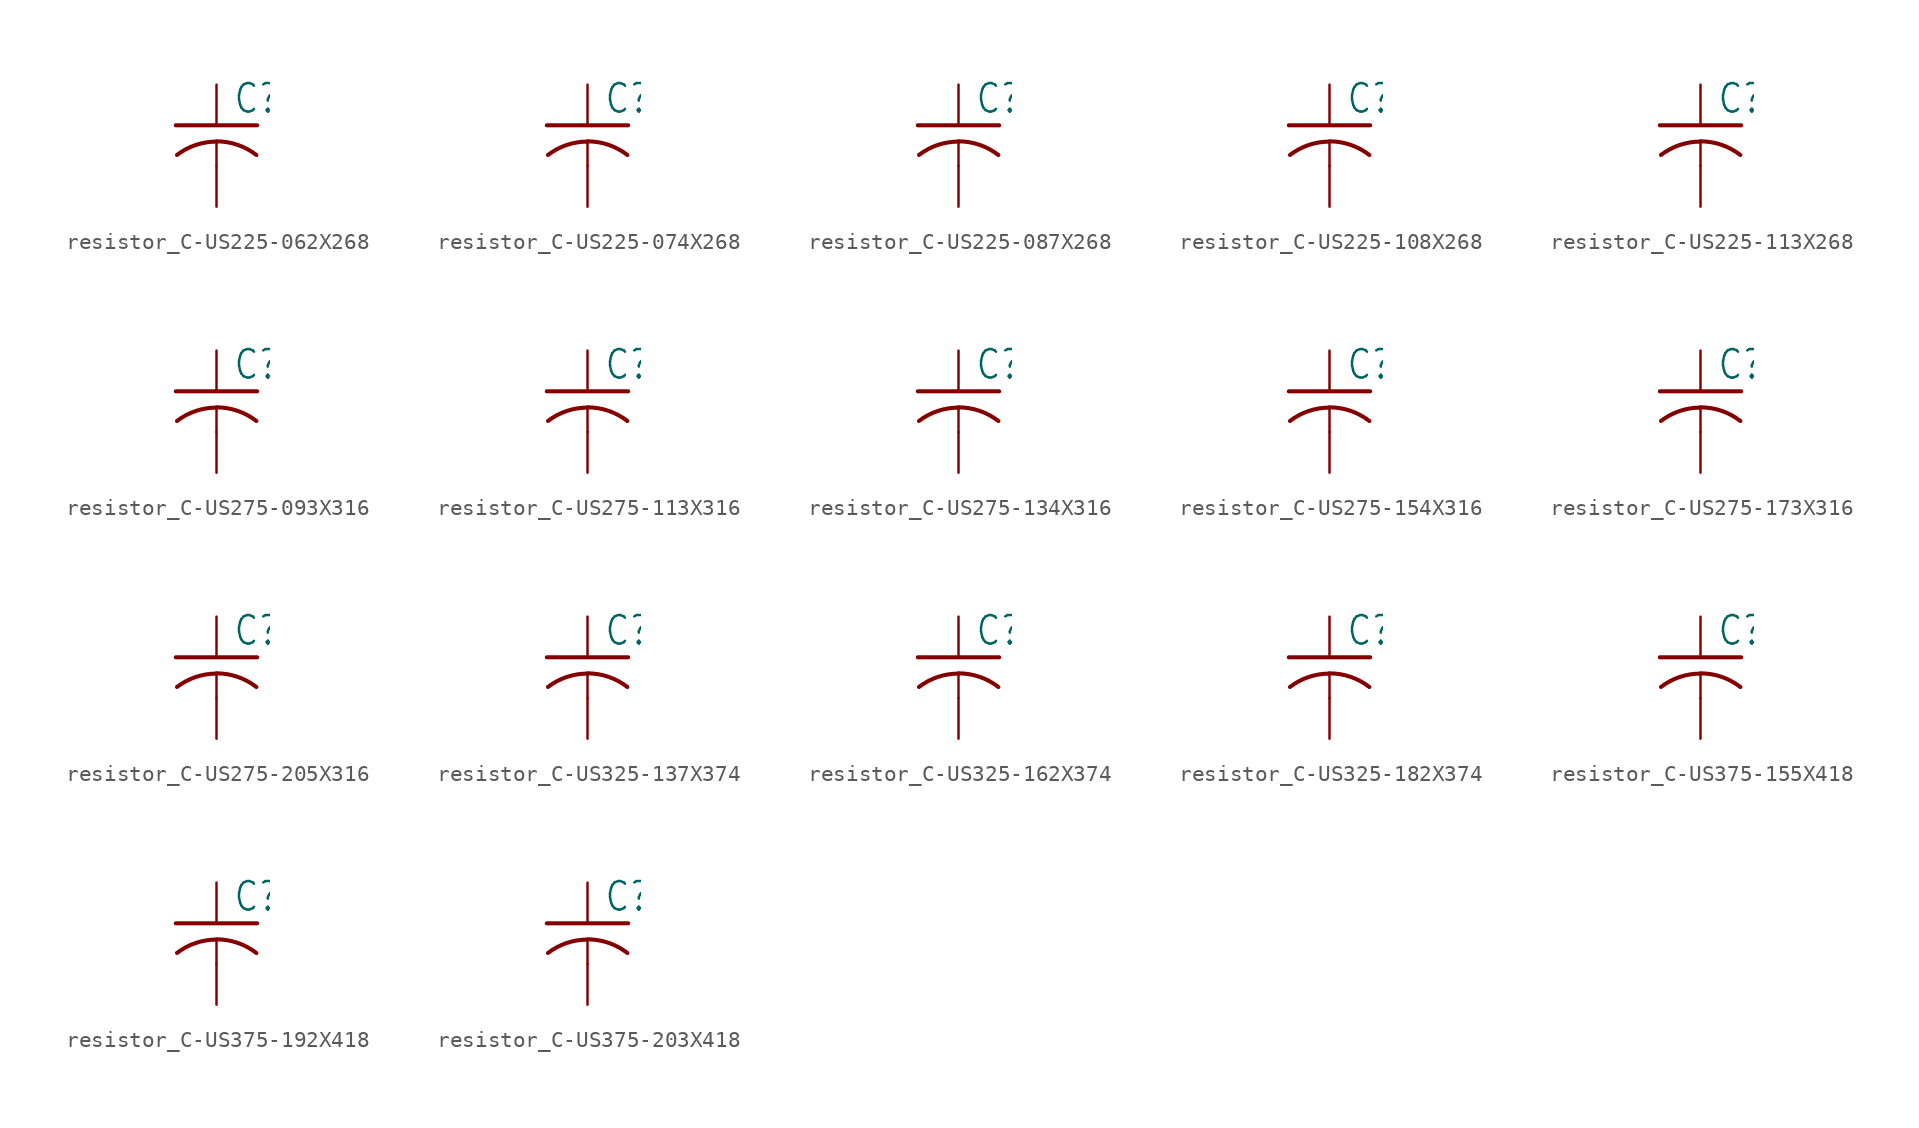
<source format=kicad_sym>
(kicad_symbol_lib
  (version 20231120)
  (generator "kicad_symbol_editor")
  (generator_version "8.0")
  (symbol "resistor_C-US225-062X268"
    (property "Reference" "C"
      (at 1.016 0.635 0)
      (effects (font (size 1.778 1.511)) (justify left bottom)))
    (property "Value" ""
      (at 1.016 -4.191 0)
      (effects (font (size 1.778 1.511)) (justify left bottom)))
    (property "ki_locked" ""
      (at 0 0 0)
      (effects (font (size 1.27 1.27))))
    (symbol "resistor_C-US225-062X268_1_0"
      (arc (start 0 -1.0161) (mid -1.302 -1.2303) (end -2.4668 -1.8504) (stroke (width 0.254) (type solid)) (fill (type none)))
      (polyline (pts (xy -2.54 0) (xy 2.54 0)) (stroke (width 0.254) (type solid)) (fill (type none)))
      (polyline (pts (xy 0 -1.016) (xy 0 -2.54)) (stroke (width 0.152) (type solid)) (fill (type none)))
      (arc (start 2.4892 -1.8541) (mid 1.3158 -1.2194) (end 0 -1) (stroke (width 0.254) (type solid)) (fill (type none)))
      (pin passive line (at 0 2.54 270) (length 2.54) (name "1" (effects (font (size 0 0)))) (number "1" (effects (font (size 0 0)))))
      (pin passive line (at 0 -5.08 90) (length 2.54) (name "2" (effects (font (size 0 0)))) (number "2" (effects (font (size 0 0)))))))
  (symbol "resistor_C-US225-074X268"
    (property "Reference" "C"
      (at 1.016 0.635 0)
      (effects (font (size 1.778 1.511)) (justify left bottom)))
    (property "Value" ""
      (at 1.016 -4.191 0)
      (effects (font (size 1.778 1.511)) (justify left bottom)))
    (property "ki_locked" ""
      (at 0 0 0)
      (effects (font (size 1.27 1.27))))
    (symbol "resistor_C-US225-074X268_1_0"
      (arc (start 0 -1.0161) (mid -1.302 -1.2303) (end -2.4668 -1.8504) (stroke (width 0.254) (type solid)) (fill (type none)))
      (polyline (pts (xy -2.54 0) (xy 2.54 0)) (stroke (width 0.254) (type solid)) (fill (type none)))
      (polyline (pts (xy 0 -1.016) (xy 0 -2.54)) (stroke (width 0.152) (type solid)) (fill (type none)))
      (arc (start 2.4892 -1.8541) (mid 1.3158 -1.2194) (end 0 -1) (stroke (width 0.254) (type solid)) (fill (type none)))
      (pin passive line (at 0 2.54 270) (length 2.54) (name "1" (effects (font (size 0 0)))) (number "1" (effects (font (size 0 0)))))
      (pin passive line (at 0 -5.08 90) (length 2.54) (name "2" (effects (font (size 0 0)))) (number "2" (effects (font (size 0 0)))))))
  (symbol "resistor_C-US225-087X268"
    (property "Reference" "C"
      (at 1.016 0.635 0)
      (effects (font (size 1.778 1.511)) (justify left bottom)))
    (property "Value" ""
      (at 1.016 -4.191 0)
      (effects (font (size 1.778 1.511)) (justify left bottom)))
    (property "ki_locked" ""
      (at 0 0 0)
      (effects (font (size 1.27 1.27))))
    (symbol "resistor_C-US225-087X268_1_0"
      (arc (start 0 -1.0161) (mid -1.302 -1.2303) (end -2.4668 -1.8504) (stroke (width 0.254) (type solid)) (fill (type none)))
      (polyline (pts (xy -2.54 0) (xy 2.54 0)) (stroke (width 0.254) (type solid)) (fill (type none)))
      (polyline (pts (xy 0 -1.016) (xy 0 -2.54)) (stroke (width 0.152) (type solid)) (fill (type none)))
      (arc (start 2.4892 -1.8541) (mid 1.3158 -1.2194) (end 0 -1) (stroke (width 0.254) (type solid)) (fill (type none)))
      (pin passive line (at 0 2.54 270) (length 2.54) (name "1" (effects (font (size 0 0)))) (number "1" (effects (font (size 0 0)))))
      (pin passive line (at 0 -5.08 90) (length 2.54) (name "2" (effects (font (size 0 0)))) (number "2" (effects (font (size 0 0)))))))
  (symbol "resistor_C-US225-108X268"
    (property "Reference" "C"
      (at 1.016 0.635 0)
      (effects (font (size 1.778 1.511)) (justify left bottom)))
    (property "Value" ""
      (at 1.016 -4.191 0)
      (effects (font (size 1.778 1.511)) (justify left bottom)))
    (property "ki_locked" ""
      (at 0 0 0)
      (effects (font (size 1.27 1.27))))
    (symbol "resistor_C-US225-108X268_1_0"
      (arc (start 0 -1.0161) (mid -1.302 -1.2303) (end -2.4668 -1.8504) (stroke (width 0.254) (type solid)) (fill (type none)))
      (polyline (pts (xy -2.54 0) (xy 2.54 0)) (stroke (width 0.254) (type solid)) (fill (type none)))
      (polyline (pts (xy 0 -1.016) (xy 0 -2.54)) (stroke (width 0.152) (type solid)) (fill (type none)))
      (arc (start 2.4892 -1.8541) (mid 1.3158 -1.2194) (end 0 -1) (stroke (width 0.254) (type solid)) (fill (type none)))
      (pin passive line (at 0 2.54 270) (length 2.54) (name "1" (effects (font (size 0 0)))) (number "1" (effects (font (size 0 0)))))
      (pin passive line (at 0 -5.08 90) (length 2.54) (name "2" (effects (font (size 0 0)))) (number "2" (effects (font (size 0 0)))))))
  (symbol "resistor_C-US225-113X268"
    (property "Reference" "C"
      (at 1.016 0.635 0)
      (effects (font (size 1.778 1.511)) (justify left bottom)))
    (property "Value" ""
      (at 1.016 -4.191 0)
      (effects (font (size 1.778 1.511)) (justify left bottom)))
    (property "ki_locked" ""
      (at 0 0 0)
      (effects (font (size 1.27 1.27))))
    (symbol "resistor_C-US225-113X268_1_0"
      (arc (start 0 -1.0161) (mid -1.302 -1.2303) (end -2.4668 -1.8504) (stroke (width 0.254) (type solid)) (fill (type none)))
      (polyline (pts (xy -2.54 0) (xy 2.54 0)) (stroke (width 0.254) (type solid)) (fill (type none)))
      (polyline (pts (xy 0 -1.016) (xy 0 -2.54)) (stroke (width 0.152) (type solid)) (fill (type none)))
      (arc (start 2.4892 -1.8541) (mid 1.3158 -1.2194) (end 0 -1) (stroke (width 0.254) (type solid)) (fill (type none)))
      (pin passive line (at 0 2.54 270) (length 2.54) (name "1" (effects (font (size 0 0)))) (number "1" (effects (font (size 0 0)))))
      (pin passive line (at 0 -5.08 90) (length 2.54) (name "2" (effects (font (size 0 0)))) (number "2" (effects (font (size 0 0)))))))
  (symbol "resistor_C-US275-093X316"
    (property "Reference" "C"
      (at 1.016 0.635 0)
      (effects (font (size 1.778 1.511)) (justify left bottom)))
    (property "Value" ""
      (at 1.016 -4.191 0)
      (effects (font (size 1.778 1.511)) (justify left bottom)))
    (property "ki_locked" ""
      (at 0 0 0)
      (effects (font (size 1.27 1.27))))
    (symbol "resistor_C-US275-093X316_1_0"
      (arc (start 0 -1.0161) (mid -1.302 -1.2303) (end -2.4668 -1.8504) (stroke (width 0.254) (type solid)) (fill (type none)))
      (polyline (pts (xy -2.54 0) (xy 2.54 0)) (stroke (width 0.254) (type solid)) (fill (type none)))
      (polyline (pts (xy 0 -1.016) (xy 0 -2.54)) (stroke (width 0.152) (type solid)) (fill (type none)))
      (arc (start 2.4892 -1.8541) (mid 1.3158 -1.2194) (end 0 -1) (stroke (width 0.254) (type solid)) (fill (type none)))
      (pin passive line (at 0 2.54 270) (length 2.54) (name "1" (effects (font (size 0 0)))) (number "1" (effects (font (size 0 0)))))
      (pin passive line (at 0 -5.08 90) (length 2.54) (name "2" (effects (font (size 0 0)))) (number "2" (effects (font (size 0 0)))))))
  (symbol "resistor_C-US275-113X316"
    (property "Reference" "C"
      (at 1.016 0.635 0)
      (effects (font (size 1.778 1.511)) (justify left bottom)))
    (property "Value" ""
      (at 1.016 -4.191 0)
      (effects (font (size 1.778 1.511)) (justify left bottom)))
    (property "ki_locked" ""
      (at 0 0 0)
      (effects (font (size 1.27 1.27))))
    (symbol "resistor_C-US275-113X316_1_0"
      (arc (start 0 -1.0161) (mid -1.302 -1.2303) (end -2.4668 -1.8504) (stroke (width 0.254) (type solid)) (fill (type none)))
      (polyline (pts (xy -2.54 0) (xy 2.54 0)) (stroke (width 0.254) (type solid)) (fill (type none)))
      (polyline (pts (xy 0 -1.016) (xy 0 -2.54)) (stroke (width 0.152) (type solid)) (fill (type none)))
      (arc (start 2.4892 -1.8541) (mid 1.3158 -1.2194) (end 0 -1) (stroke (width 0.254) (type solid)) (fill (type none)))
      (pin passive line (at 0 2.54 270) (length 2.54) (name "1" (effects (font (size 0 0)))) (number "1" (effects (font (size 0 0)))))
      (pin passive line (at 0 -5.08 90) (length 2.54) (name "2" (effects (font (size 0 0)))) (number "2" (effects (font (size 0 0)))))))
  (symbol "resistor_C-US275-134X316"
    (property "Reference" "C"
      (at 1.016 0.635 0)
      (effects (font (size 1.778 1.511)) (justify left bottom)))
    (property "Value" ""
      (at 1.016 -4.191 0)
      (effects (font (size 1.778 1.511)) (justify left bottom)))
    (property "ki_locked" ""
      (at 0 0 0)
      (effects (font (size 1.27 1.27))))
    (symbol "resistor_C-US275-134X316_1_0"
      (arc (start 0 -1.0161) (mid -1.302 -1.2303) (end -2.4668 -1.8504) (stroke (width 0.254) (type solid)) (fill (type none)))
      (polyline (pts (xy -2.54 0) (xy 2.54 0)) (stroke (width 0.254) (type solid)) (fill (type none)))
      (polyline (pts (xy 0 -1.016) (xy 0 -2.54)) (stroke (width 0.152) (type solid)) (fill (type none)))
      (arc (start 2.4892 -1.8541) (mid 1.3158 -1.2194) (end 0 -1) (stroke (width 0.254) (type solid)) (fill (type none)))
      (pin passive line (at 0 2.54 270) (length 2.54) (name "1" (effects (font (size 0 0)))) (number "1" (effects (font (size 0 0)))))
      (pin passive line (at 0 -5.08 90) (length 2.54) (name "2" (effects (font (size 0 0)))) (number "2" (effects (font (size 0 0)))))))
  (symbol "resistor_C-US275-154X316"
    (property "Reference" "C"
      (at 1.016 0.635 0)
      (effects (font (size 1.778 1.511)) (justify left bottom)))
    (property "Value" ""
      (at 1.016 -4.191 0)
      (effects (font (size 1.778 1.511)) (justify left bottom)))
    (property "ki_locked" ""
      (at 0 0 0)
      (effects (font (size 1.27 1.27))))
    (symbol "resistor_C-US275-154X316_1_0"
      (arc (start 0 -1.0161) (mid -1.302 -1.2303) (end -2.4668 -1.8504) (stroke (width 0.254) (type solid)) (fill (type none)))
      (polyline (pts (xy -2.54 0) (xy 2.54 0)) (stroke (width 0.254) (type solid)) (fill (type none)))
      (polyline (pts (xy 0 -1.016) (xy 0 -2.54)) (stroke (width 0.152) (type solid)) (fill (type none)))
      (arc (start 2.4892 -1.8541) (mid 1.3158 -1.2194) (end 0 -1) (stroke (width 0.254) (type solid)) (fill (type none)))
      (pin passive line (at 0 2.54 270) (length 2.54) (name "1" (effects (font (size 0 0)))) (number "1" (effects (font (size 0 0)))))
      (pin passive line (at 0 -5.08 90) (length 2.54) (name "2" (effects (font (size 0 0)))) (number "2" (effects (font (size 0 0)))))))
  (symbol "resistor_C-US275-173X316"
    (property "Reference" "C"
      (at 1.016 0.635 0)
      (effects (font (size 1.778 1.511)) (justify left bottom)))
    (property "Value" ""
      (at 1.016 -4.191 0)
      (effects (font (size 1.778 1.511)) (justify left bottom)))
    (property "ki_locked" ""
      (at 0 0 0)
      (effects (font (size 1.27 1.27))))
    (symbol "resistor_C-US275-173X316_1_0"
      (arc (start 0 -1.0161) (mid -1.302 -1.2303) (end -2.4668 -1.8504) (stroke (width 0.254) (type solid)) (fill (type none)))
      (polyline (pts (xy -2.54 0) (xy 2.54 0)) (stroke (width 0.254) (type solid)) (fill (type none)))
      (polyline (pts (xy 0 -1.016) (xy 0 -2.54)) (stroke (width 0.152) (type solid)) (fill (type none)))
      (arc (start 2.4892 -1.8541) (mid 1.3158 -1.2194) (end 0 -1) (stroke (width 0.254) (type solid)) (fill (type none)))
      (pin passive line (at 0 2.54 270) (length 2.54) (name "1" (effects (font (size 0 0)))) (number "1" (effects (font (size 0 0)))))
      (pin passive line (at 0 -5.08 90) (length 2.54) (name "2" (effects (font (size 0 0)))) (number "2" (effects (font (size 0 0)))))))
  (symbol "resistor_C-US275-205X316"
    (property "Reference" "C"
      (at 1.016 0.635 0)
      (effects (font (size 1.778 1.511)) (justify left bottom)))
    (property "Value" ""
      (at 1.016 -4.191 0)
      (effects (font (size 1.778 1.511)) (justify left bottom)))
    (property "ki_locked" ""
      (at 0 0 0)
      (effects (font (size 1.27 1.27))))
    (symbol "resistor_C-US275-205X316_1_0"
      (arc (start 0 -1.0161) (mid -1.302 -1.2303) (end -2.4668 -1.8504) (stroke (width 0.254) (type solid)) (fill (type none)))
      (polyline (pts (xy -2.54 0) (xy 2.54 0)) (stroke (width 0.254) (type solid)) (fill (type none)))
      (polyline (pts (xy 0 -1.016) (xy 0 -2.54)) (stroke (width 0.152) (type solid)) (fill (type none)))
      (arc (start 2.4892 -1.8541) (mid 1.3158 -1.2194) (end 0 -1) (stroke (width 0.254) (type solid)) (fill (type none)))
      (pin passive line (at 0 2.54 270) (length 2.54) (name "1" (effects (font (size 0 0)))) (number "1" (effects (font (size 0 0)))))
      (pin passive line (at 0 -5.08 90) (length 2.54) (name "2" (effects (font (size 0 0)))) (number "2" (effects (font (size 0 0)))))))
  (symbol "resistor_C-US325-137X374"
    (property "Reference" "C"
      (at 1.016 0.635 0)
      (effects (font (size 1.778 1.511)) (justify left bottom)))
    (property "Value" ""
      (at 1.016 -4.191 0)
      (effects (font (size 1.778 1.511)) (justify left bottom)))
    (property "ki_locked" ""
      (at 0 0 0)
      (effects (font (size 1.27 1.27))))
    (symbol "resistor_C-US325-137X374_1_0"
      (arc (start 0 -1.0161) (mid -1.302 -1.2303) (end -2.4668 -1.8504) (stroke (width 0.254) (type solid)) (fill (type none)))
      (polyline (pts (xy -2.54 0) (xy 2.54 0)) (stroke (width 0.254) (type solid)) (fill (type none)))
      (polyline (pts (xy 0 -1.016) (xy 0 -2.54)) (stroke (width 0.152) (type solid)) (fill (type none)))
      (arc (start 2.4892 -1.8541) (mid 1.3158 -1.2194) (end 0 -1) (stroke (width 0.254) (type solid)) (fill (type none)))
      (pin passive line (at 0 2.54 270) (length 2.54) (name "1" (effects (font (size 0 0)))) (number "1" (effects (font (size 0 0)))))
      (pin passive line (at 0 -5.08 90) (length 2.54) (name "2" (effects (font (size 0 0)))) (number "2" (effects (font (size 0 0)))))))
  (symbol "resistor_C-US325-162X374"
    (property "Reference" "C"
      (at 1.016 0.635 0)
      (effects (font (size 1.778 1.511)) (justify left bottom)))
    (property "Value" ""
      (at 1.016 -4.191 0)
      (effects (font (size 1.778 1.511)) (justify left bottom)))
    (property "ki_locked" ""
      (at 0 0 0)
      (effects (font (size 1.27 1.27))))
    (symbol "resistor_C-US325-162X374_1_0"
      (arc (start 0 -1.0161) (mid -1.302 -1.2303) (end -2.4668 -1.8504) (stroke (width 0.254) (type solid)) (fill (type none)))
      (polyline (pts (xy -2.54 0) (xy 2.54 0)) (stroke (width 0.254) (type solid)) (fill (type none)))
      (polyline (pts (xy 0 -1.016) (xy 0 -2.54)) (stroke (width 0.152) (type solid)) (fill (type none)))
      (arc (start 2.4892 -1.8541) (mid 1.3158 -1.2194) (end 0 -1) (stroke (width 0.254) (type solid)) (fill (type none)))
      (pin passive line (at 0 2.54 270) (length 2.54) (name "1" (effects (font (size 0 0)))) (number "1" (effects (font (size 0 0)))))
      (pin passive line (at 0 -5.08 90) (length 2.54) (name "2" (effects (font (size 0 0)))) (number "2" (effects (font (size 0 0)))))))
  (symbol "resistor_C-US325-182X374"
    (property "Reference" "C"
      (at 1.016 0.635 0)
      (effects (font (size 1.778 1.511)) (justify left bottom)))
    (property "Value" ""
      (at 1.016 -4.191 0)
      (effects (font (size 1.778 1.511)) (justify left bottom)))
    (property "ki_locked" ""
      (at 0 0 0)
      (effects (font (size 1.27 1.27))))
    (symbol "resistor_C-US325-182X374_1_0"
      (arc (start 0 -1.0161) (mid -1.302 -1.2303) (end -2.4668 -1.8504) (stroke (width 0.254) (type solid)) (fill (type none)))
      (polyline (pts (xy -2.54 0) (xy 2.54 0)) (stroke (width 0.254) (type solid)) (fill (type none)))
      (polyline (pts (xy 0 -1.016) (xy 0 -2.54)) (stroke (width 0.152) (type solid)) (fill (type none)))
      (arc (start 2.4892 -1.8541) (mid 1.3158 -1.2194) (end 0 -1) (stroke (width 0.254) (type solid)) (fill (type none)))
      (pin passive line (at 0 2.54 270) (length 2.54) (name "1" (effects (font (size 0 0)))) (number "1" (effects (font (size 0 0)))))
      (pin passive line (at 0 -5.08 90) (length 2.54) (name "2" (effects (font (size 0 0)))) (number "2" (effects (font (size 0 0)))))))
  (symbol "resistor_C-US375-155X418"
    (property "Reference" "C"
      (at 1.016 0.635 0)
      (effects (font (size 1.778 1.511)) (justify left bottom)))
    (property "Value" ""
      (at 1.016 -4.191 0)
      (effects (font (size 1.778 1.511)) (justify left bottom)))
    (property "ki_locked" ""
      (at 0 0 0)
      (effects (font (size 1.27 1.27))))
    (symbol "resistor_C-US375-155X418_1_0"
      (arc (start 0 -1.0161) (mid -1.302 -1.2303) (end -2.4668 -1.8504) (stroke (width 0.254) (type solid)) (fill (type none)))
      (polyline (pts (xy -2.54 0) (xy 2.54 0)) (stroke (width 0.254) (type solid)) (fill (type none)))
      (polyline (pts (xy 0 -1.016) (xy 0 -2.54)) (stroke (width 0.152) (type solid)) (fill (type none)))
      (arc (start 2.4892 -1.8541) (mid 1.3158 -1.2194) (end 0 -1) (stroke (width 0.254) (type solid)) (fill (type none)))
      (pin passive line (at 0 2.54 270) (length 2.54) (name "1" (effects (font (size 0 0)))) (number "1" (effects (font (size 0 0)))))
      (pin passive line (at 0 -5.08 90) (length 2.54) (name "2" (effects (font (size 0 0)))) (number "2" (effects (font (size 0 0)))))))
  (symbol "resistor_C-US375-192X418"
    (property "Reference" "C"
      (at 1.016 0.635 0)
      (effects (font (size 1.778 1.511)) (justify left bottom)))
    (property "Value" ""
      (at 1.016 -4.191 0)
      (effects (font (size 1.778 1.511)) (justify left bottom)))
    (property "ki_locked" ""
      (at 0 0 0)
      (effects (font (size 1.27 1.27))))
    (symbol "resistor_C-US375-192X418_1_0"
      (arc (start 0 -1.0161) (mid -1.302 -1.2303) (end -2.4668 -1.8504) (stroke (width 0.254) (type solid)) (fill (type none)))
      (polyline (pts (xy -2.54 0) (xy 2.54 0)) (stroke (width 0.254) (type solid)) (fill (type none)))
      (polyline (pts (xy 0 -1.016) (xy 0 -2.54)) (stroke (width 0.152) (type solid)) (fill (type none)))
      (arc (start 2.4892 -1.8541) (mid 1.3158 -1.2194) (end 0 -1) (stroke (width 0.254) (type solid)) (fill (type none)))
      (pin passive line (at 0 2.54 270) (length 2.54) (name "1" (effects (font (size 0 0)))) (number "1" (effects (font (size 0 0)))))
      (pin passive line (at 0 -5.08 90) (length 2.54) (name "2" (effects (font (size 0 0)))) (number "2" (effects (font (size 0 0)))))))
  (symbol "resistor_C-US375-203X418"
    (property "Reference" "C"
      (at 1.016 0.635 0)
      (effects (font (size 1.778 1.511)) (justify left bottom)))
    (property "Value" ""
      (at 1.016 -4.191 0)
      (effects (font (size 1.778 1.511)) (justify left bottom)))
    (property "ki_locked" ""
      (at 0 0 0)
      (effects (font (size 1.27 1.27))))
    (symbol "resistor_C-US375-203X418_1_0"
      (arc (start 0 -1.0161) (mid -1.302 -1.2303) (end -2.4668 -1.8504) (stroke (width 0.254) (type solid)) (fill (type none)))
      (polyline (pts (xy -2.54 0) (xy 2.54 0)) (stroke (width 0.254) (type solid)) (fill (type none)))
      (polyline (pts (xy 0 -1.016) (xy 0 -2.54)) (stroke (width 0.152) (type solid)) (fill (type none)))
      (arc (start 2.4892 -1.8541) (mid 1.3158 -1.2194) (end 0 -1) (stroke (width 0.254) (type solid)) (fill (type none)))
      (pin passive line (at 0 2.54 270) (length 2.54) (name "1" (effects (font (size 0 0)))) (number "1" (effects (font (size 0 0)))))
      (pin passive line (at 0 -5.08 90) (length 2.54) (name "2" (effects (font (size 0 0)))) (number "2" (effects (font (size 0 0))))))))
</source>
